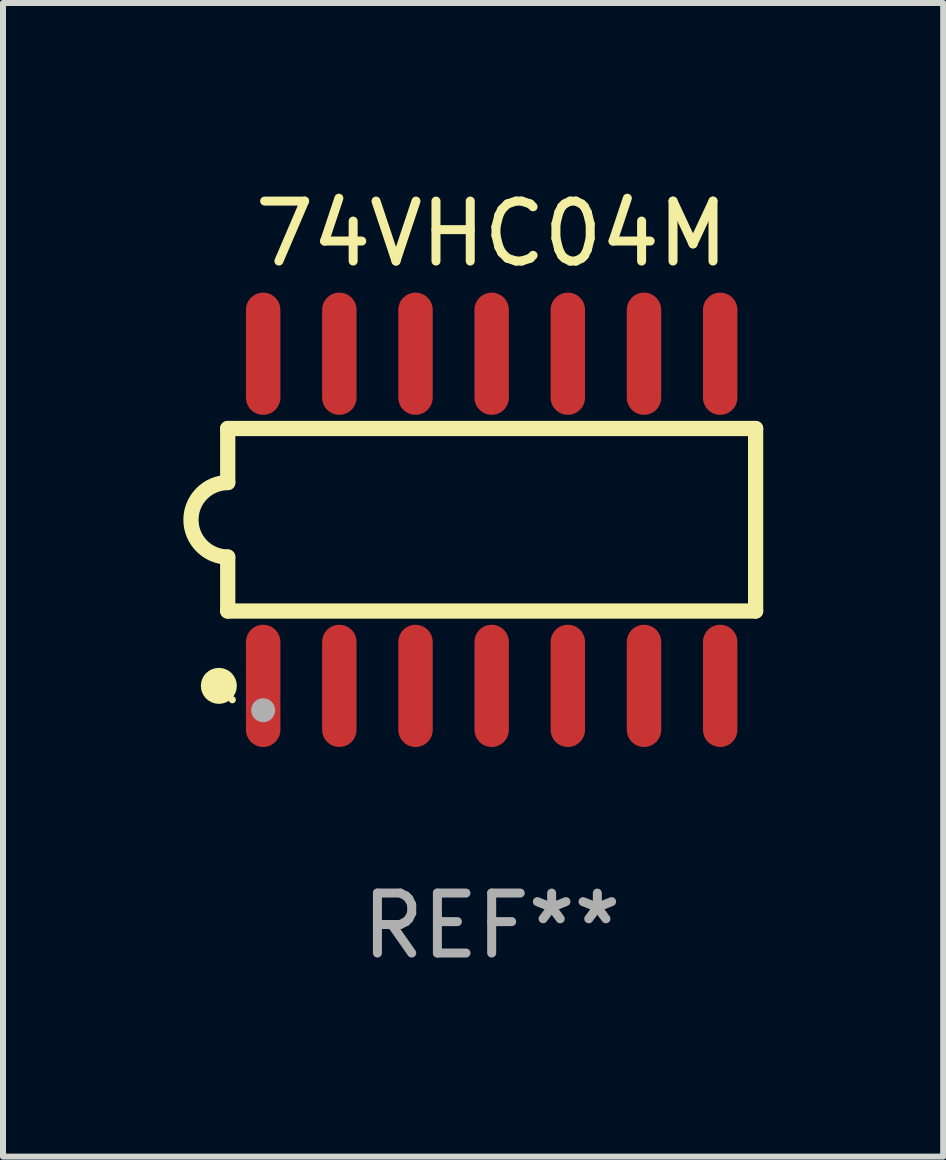
<source format=kicad_pcb>
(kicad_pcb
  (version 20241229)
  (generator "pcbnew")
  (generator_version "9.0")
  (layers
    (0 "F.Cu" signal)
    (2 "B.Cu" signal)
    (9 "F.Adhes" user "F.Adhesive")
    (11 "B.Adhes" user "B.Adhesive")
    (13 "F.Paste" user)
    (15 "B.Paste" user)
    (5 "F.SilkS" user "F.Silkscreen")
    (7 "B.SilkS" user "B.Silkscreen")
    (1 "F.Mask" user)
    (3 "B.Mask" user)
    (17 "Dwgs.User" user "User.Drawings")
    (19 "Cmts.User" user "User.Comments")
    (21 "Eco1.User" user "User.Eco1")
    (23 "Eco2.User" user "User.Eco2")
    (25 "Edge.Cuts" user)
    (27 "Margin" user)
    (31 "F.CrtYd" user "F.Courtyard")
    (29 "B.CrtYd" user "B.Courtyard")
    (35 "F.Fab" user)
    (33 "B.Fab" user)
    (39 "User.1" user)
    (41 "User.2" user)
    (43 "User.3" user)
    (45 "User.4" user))
  (footprint "74VHC04M"
    (layer "F.Cu")
    (at 5.148 5.617)
    (property "Reference" "74VHC04M" (at 0 -4.769 0) (layer "F.SilkS") (effects (font (size 1 1) (thickness 0.15))))
    (attr through_hole)
    (fp_line (start -4.401 -1.522) (end -4.401 -0.622) (stroke (width 0.254) (type solid)) (layer "F.SilkS"))
    (fp_line (start -4.401 -1.522) (end 4.401 -1.522) (stroke (width 0.254) (type solid)) (layer "F.SilkS"))
    (fp_line (start -4.401 1.521) (end -4.401 0.621) (stroke (width 0.254) (type solid)) (layer "F.SilkS"))
    (fp_line (start 4.401 -1.522) (end 4.401 1.521) (stroke (width 0.254) (type solid)) (layer "F.SilkS"))
    (fp_line (start 4.401 1.521) (end -4.401 1.521) (stroke (width 0.254) (type solid)) (layer "F.SilkS"))
    (fp_arc (start -4.401219 0.621311) (mid -5.021261 -0.000419) (end -4.400101 -0.621032) (stroke (width 0.254001) (type solid)) (layer "F.SilkS"))
    (fp_circle (center -4.549 2.769) (end -4.399 2.769) (stroke (width 0.3) (type solid)) (fill no) (layer "F.SilkS"))
    (fp_circle (center -4.325 3) (end -4.295 3) (stroke (width 0.06) (type solid)) (fill no) (layer "F.SilkS"))
    (fp_circle (center -3.81 3.175) (end -3.71 3.175) (stroke (width 0.2) (type solid)) (fill no) (layer "F.Fab"))
    (fp_text user "REF**" (at 0 6.769 0) (layer "F.Fab") (effects (font (size 1 1) (thickness 0.15))))
    (pad "1" smd oval (at -3.81 2.769) (size 0.574 2.038) (layers "F.Cu" "F.Mask" "F.Paste"))
    (pad "2" smd oval (at -2.54 2.769) (size 0.574 2.038) (layers "F.Cu" "F.Mask" "F.Paste"))
    (pad "3" smd oval (at -1.27 2.769) (size 0.574 2.038) (layers "F.Cu" "F.Mask" "F.Paste"))
    (pad "4" smd oval (at -0.000051 2.769) (size 0.574 2.038) (layers "F.Cu" "F.Mask" "F.Paste"))
    (pad "5" smd oval (at 1.27 2.769) (size 0.574 2.038) (layers "F.Cu" "F.Mask" "F.Paste"))
    (pad "6" smd oval (at 2.54 2.769) (size 0.574 2.038) (layers "F.Cu" "F.Mask" "F.Paste"))
    (pad "7" smd oval (at 3.81 2.769) (size 0.574 2.038) (layers "F.Cu" "F.Mask" "F.Paste"))
    (pad "8" smd oval (at 3.81 -2.769) (size 0.574 2.038) (layers "F.Cu" "F.Mask" "F.Paste"))
    (pad "9" smd oval (at 2.54 -2.769) (size 0.574 2.038) (layers "F.Cu" "F.Mask" "F.Paste"))
    (pad "10" smd oval (at 1.27 -2.769) (size 0.574 2.038) (layers "F.Cu" "F.Mask" "F.Paste"))
    (pad "11" smd oval (at -0.000051 -2.769) (size 0.574 2.038) (layers "F.Cu" "F.Mask" "F.Paste"))
    (pad "12" smd oval (at -1.27 -2.769) (size 0.574 2.038) (layers "F.Cu" "F.Mask" "F.Paste"))
    (pad "13" smd oval (at -2.54 -2.769) (size 0.574 2.038) (layers "F.Cu" "F.Mask" "F.Paste"))
    (pad "14" smd oval (at -3.81 -2.769) (size 0.574 2.038) (layers "F.Cu" "F.Mask" "F.Paste")))
  (gr_rect
    (start -3 -3)
    (end 12.676 16.235)
    (stroke (width 0.1) (type default))
    (fill no)
    (layer "Edge.Cuts")))
</source>
